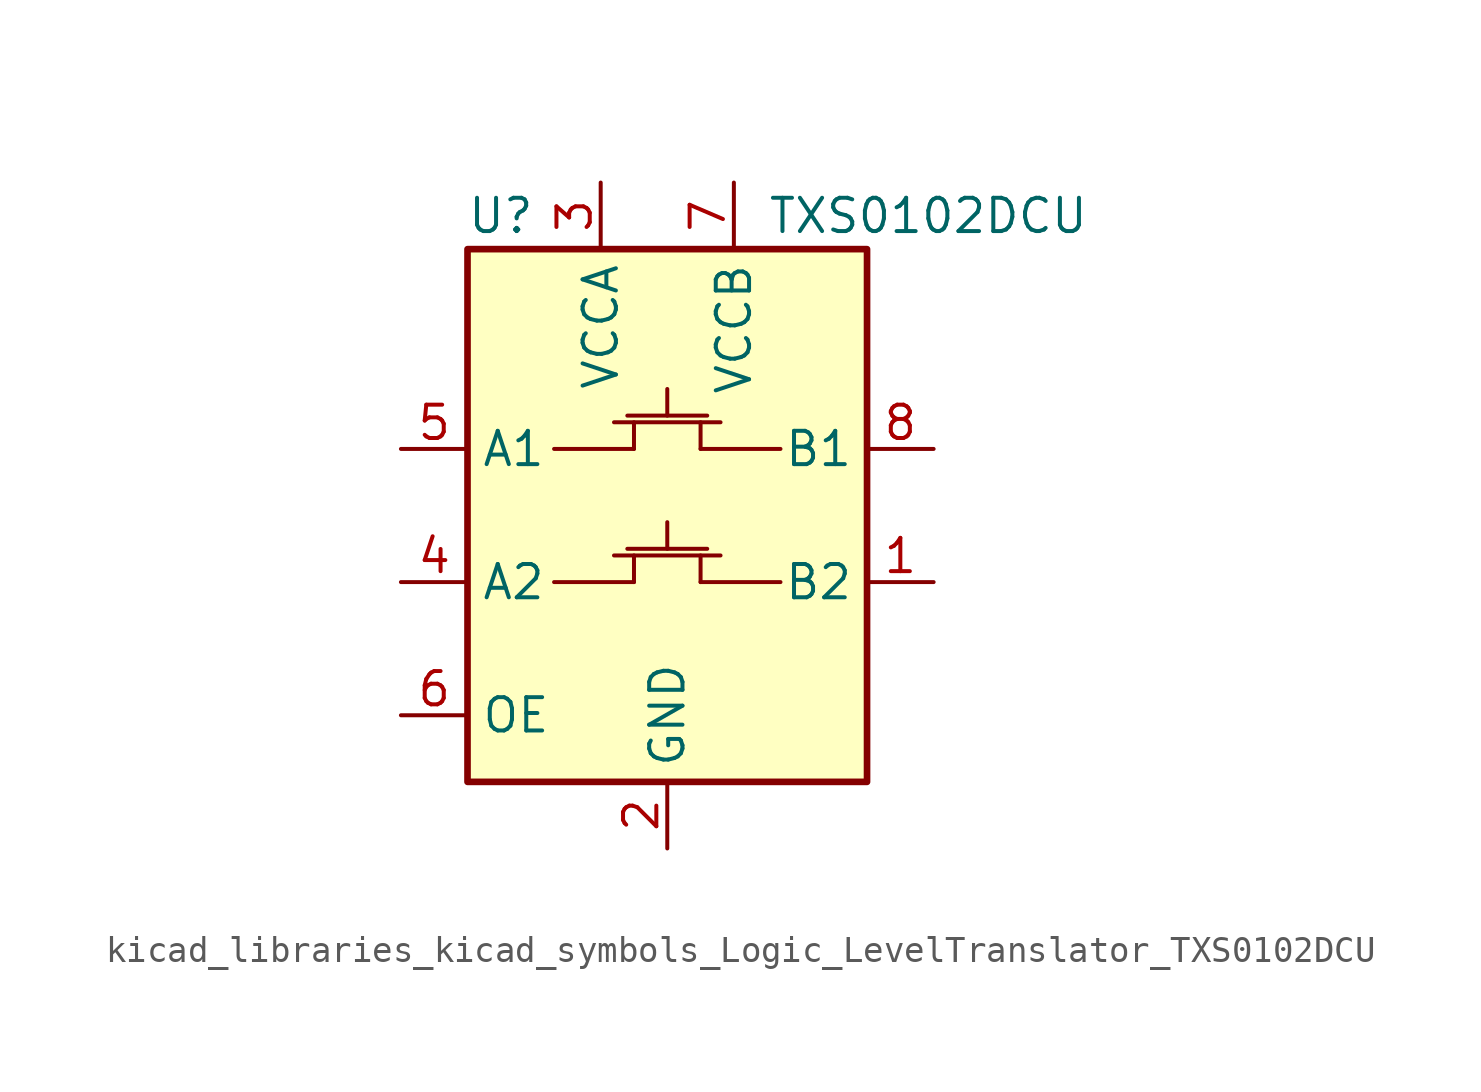
<source format=kicad_sym>
(kicad_symbol_lib
  (version 20220914)
  (generator kicad_symbol_editor)
  (symbol "kicad_libraries_kicad_symbols_Logic_LevelTranslator_TXS0102DCU"
    (property "Reference" "U"
      (at -6.35 11.43 0)
      (effects (font (size 1.27 1.27))))
    (property "Value" "TXS0102DCU"
      (at 3.81 11.43 0)
      (effects (font (size 1.27 1.27)) (justify left)))
    (symbol "kicad_libraries_kicad_symbols_Logic_LevelTranslator_TXS0102DCU_0_1"
      (rectangle (start -7.62 10.16) (end 7.62 -10.16) (stroke (width 0.254) (type default)) (fill (type background)))
      (polyline (pts (xy -4.318 -2.54) (xy -1.27 -2.54)) (stroke (width 0) (type default)) (fill (type none)))
      (polyline (pts (xy -2.032 -1.524) (xy 2.032 -1.524)) (stroke (width 0) (type default)) (fill (type none)))
      (polyline (pts (xy -1.524 -1.27) (xy 1.524 -1.27)) (stroke (width 0) (type default)) (fill (type none)))
      (polyline (pts (xy -1.27 -2.54) (xy -1.27 -1.524)) (stroke (width 0) (type default)) (fill (type none)))
      (polyline (pts (xy 0 -1.27) (xy 0 -0.254)) (stroke (width 0) (type default)) (fill (type none)))
      (polyline (pts (xy 1.27 -2.54) (xy 1.27 -1.524)) (stroke (width 0) (type default)) (fill (type none)))
      (polyline (pts (xy 4.318 -2.54) (xy 1.27 -2.54)) (stroke (width 0) (type default)) (fill (type none))))
    (symbol "kicad_libraries_kicad_symbols_Logic_LevelTranslator_TXS0102DCU_1_1"
      (polyline (pts (xy -4.318 2.54) (xy -1.27 2.54)) (stroke (width 0) (type default)) (fill (type none)))
      (polyline (pts (xy -2.032 3.556) (xy 2.032 3.556)) (stroke (width 0) (type default)) (fill (type none)))
      (polyline (pts (xy -1.524 3.81) (xy 1.524 3.81)) (stroke (width 0) (type default)) (fill (type none)))
      (polyline (pts (xy -1.27 2.54) (xy -1.27 3.556)) (stroke (width 0) (type default)) (fill (type none)))
      (polyline (pts (xy 0 3.81) (xy 0 4.826)) (stroke (width 0) (type default)) (fill (type none)))
      (polyline (pts (xy 1.27 2.54) (xy 1.27 3.556)) (stroke (width 0) (type default)) (fill (type none)))
      (polyline (pts (xy 4.318 2.54) (xy 1.27 2.54)) (stroke (width 0) (type default)) (fill (type none)))
      (pin bidirectional line (at 10.16 -2.54 180) (length 2.54) (name "B2" (effects (font (size 1.27 1.27)))) (number "1" (effects (font (size 1.27 1.27)))))
      (pin power_in line (at 0 -12.7 90) (length 2.54) (name "GND" (effects (font (size 1.27 1.27)))) (number "2" (effects (font (size 1.27 1.27)))))
      (pin power_in line (at -2.54 12.7 270) (length 2.54) (name "VCCA" (effects (font (size 1.27 1.27)))) (number "3" (effects (font (size 1.27 1.27)))))
      (pin bidirectional line (at -10.16 -2.54 0) (length 2.54) (name "A2" (effects (font (size 1.27 1.27)))) (number "4" (effects (font (size 1.27 1.27)))))
      (pin bidirectional line (at -10.16 2.54 0) (length 2.54) (name "A1" (effects (font (size 1.27 1.27)))) (number "5" (effects (font (size 1.27 1.27)))))
      (pin input line (at -10.16 -7.62 0) (length 2.54) (name "OE" (effects (font (size 1.27 1.27)))) (number "6" (effects (font (size 1.27 1.27)))))
      (pin power_in line (at 2.54 12.7 270) (length 2.54) (name "VCCB" (effects (font (size 1.27 1.27)))) (number "7" (effects (font (size 1.27 1.27)))))
      (pin bidirectional line (at 10.16 2.54 180) (length 2.54) (name "B1" (effects (font (size 1.27 1.27)))) (number "8" (effects (font (size 1.27 1.27))))))))
</source>
